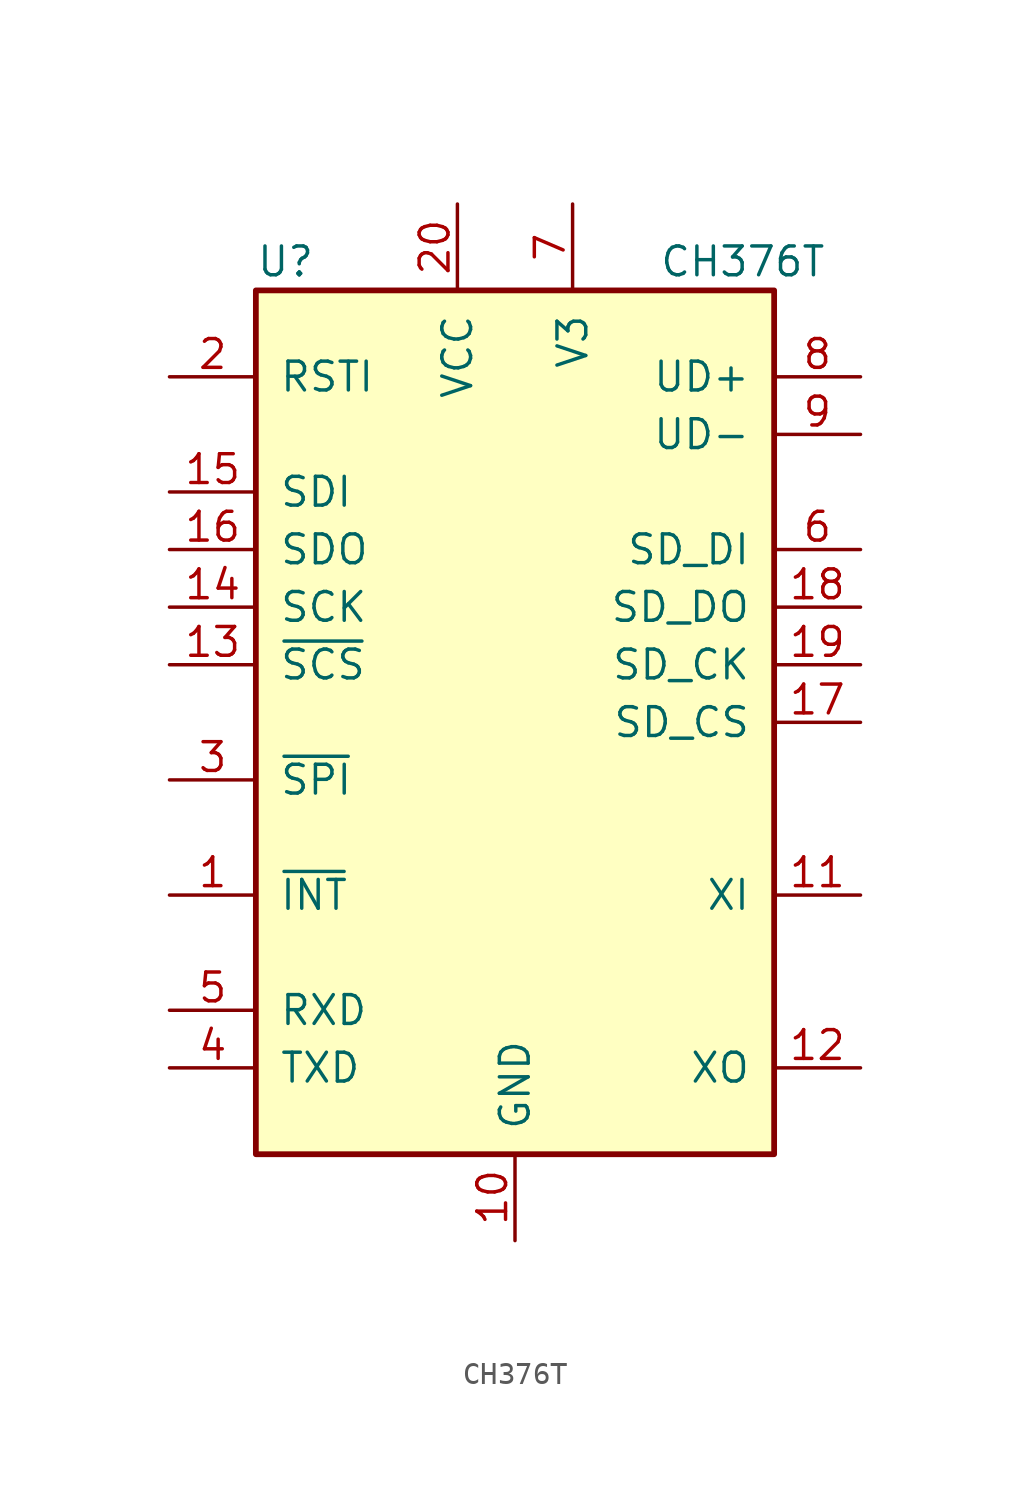
<source format=kicad_sym>
(kicad_symbol_lib
  (version 20211014)
  (generator kicad_symbol_editor)
  (symbol "CH376T"
    (pin_names
      (offset 1.016))
    (property "Reference" "U"
      (at -11.43 20.32 0)
      (effects (font (size 1.27 1.27)) (justify left)))
    (property "Value" "CH376T"
      (at 6.35 20.32 0)
      (effects (font (size 1.27 1.27)) (justify left)))
    (symbol "CH376T_0_1"
      (rectangle (start -11.43 19.05) (end 11.43 -19.05) (stroke (width 0.254) (type default) (color 0 0 0 0)) (fill (type background))))
    (symbol "CH376T_1_1"
      (pin output line (at -15.24 -7.62 0) (length 3.81) (name "~{INT}" (effects (font (size 1.27 1.27)))) (number "1" (effects (font (size 1.27 1.27)))))
      (pin power_in line (at 0 -22.86 90) (length 3.81) (name "GND" (effects (font (size 1.27 1.27)))) (number "10" (effects (font (size 1.27 1.27)))))
      (pin input line (at 15.24 -7.62 180) (length 3.81) (name "XI" (effects (font (size 1.27 1.27)))) (number "11" (effects (font (size 1.27 1.27)))))
      (pin output line (at 15.24 -15.24 180) (length 3.81) (name "XO" (effects (font (size 1.27 1.27)))) (number "12" (effects (font (size 1.27 1.27)))))
      (pin input line (at -15.24 2.54 0) (length 3.81) (name "~{SCS}" (effects (font (size 1.27 1.27)))) (number "13" (effects (font (size 1.27 1.27)))))
      (pin input line (at -15.24 5.08 0) (length 3.81) (name "SCK" (effects (font (size 1.27 1.27)))) (number "14" (effects (font (size 1.27 1.27)))))
      (pin input line (at -15.24 10.16 0) (length 3.81) (name "SDI" (effects (font (size 1.27 1.27)))) (number "15" (effects (font (size 1.27 1.27)))))
      (pin output line (at -15.24 7.62 0) (length 3.81) (name "SDO" (effects (font (size 1.27 1.27)))) (number "16" (effects (font (size 1.27 1.27)))))
      (pin open_collector line (at 15.24 0 180) (length 3.81) (name "SD_CS" (effects (font (size 1.27 1.27)))) (number "17" (effects (font (size 1.27 1.27)))))
      (pin output line (at 15.24 5.08 180) (length 3.81) (name "SD_DO" (effects (font (size 1.27 1.27)))) (number "18" (effects (font (size 1.27 1.27)))))
      (pin output line (at 15.24 2.54 180) (length 3.81) (name "SD_CK" (effects (font (size 1.27 1.27)))) (number "19" (effects (font (size 1.27 1.27)))))
      (pin input line (at -15.24 15.24 0) (length 3.81) (name "RSTI" (effects (font (size 1.27 1.27)))) (number "2" (effects (font (size 1.27 1.27)))))
      (pin power_in line (at -2.54 22.86 270) (length 3.81) (name "VCC" (effects (font (size 1.27 1.27)))) (number "20" (effects (font (size 1.27 1.27)))))
      (pin input line (at -15.24 -2.54 0) (length 3.81) (name "~{SPI}" (effects (font (size 1.27 1.27)))) (number "3" (effects (font (size 1.27 1.27)))))
      (pin input line (at -15.24 -15.24 0) (length 3.81) (name "TXD" (effects (font (size 1.27 1.27)))) (number "4" (effects (font (size 1.27 1.27)))))
      (pin bidirectional line (at -15.24 -12.7 0) (length 3.81) (name "RXD" (effects (font (size 1.27 1.27)))) (number "5" (effects (font (size 1.27 1.27)))))
      (pin input line (at 15.24 7.62 180) (length 3.81) (name "SD_DI" (effects (font (size 1.27 1.27)))) (number "6" (effects (font (size 1.27 1.27)))))
      (pin power_in line (at 2.54 22.86 270) (length 3.81) (name "V3" (effects (font (size 1.27 1.27)))) (number "7" (effects (font (size 1.27 1.27)))))
      (pin bidirectional line (at 15.24 15.24 180) (length 3.81) (name "UD+" (effects (font (size 1.27 1.27)))) (number "8" (effects (font (size 1.27 1.27)))))
      (pin bidirectional line (at 15.24 12.7 180) (length 3.81) (name "UD-" (effects (font (size 1.27 1.27)))) (number "9" (effects (font (size 1.27 1.27))))))))
</source>
